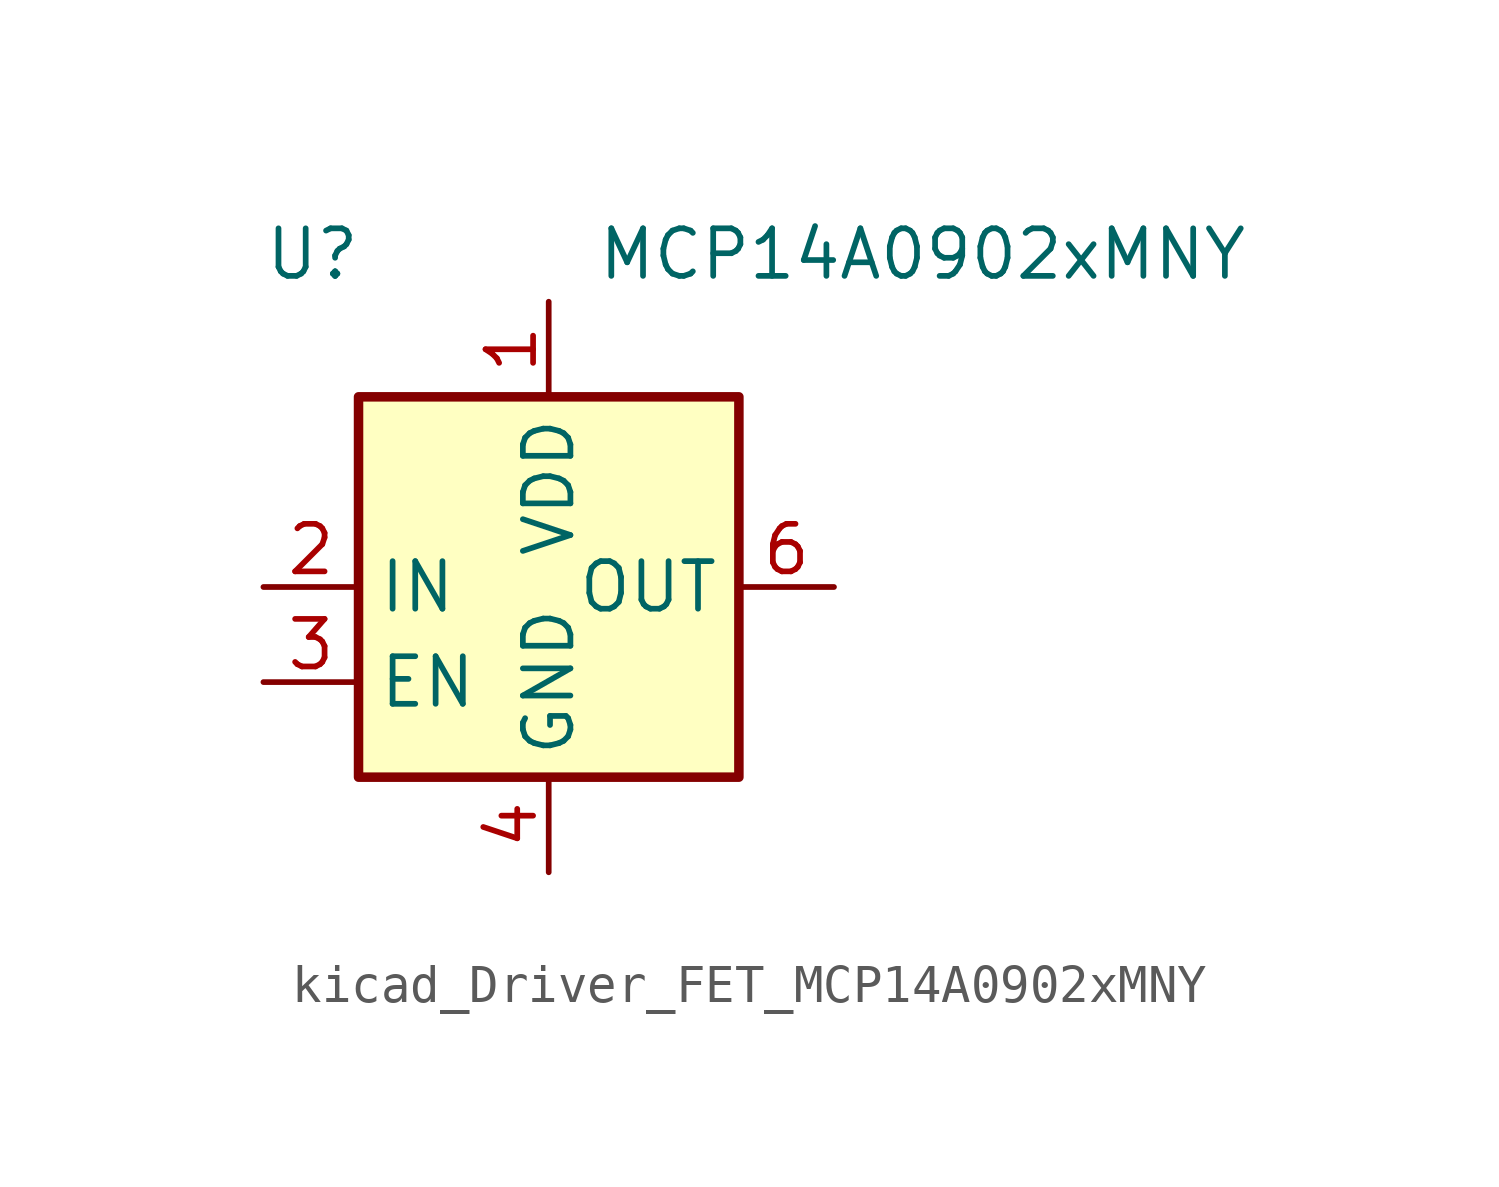
<source format=kicad_sym>
(kicad_symbol_lib
  (version 20220914)
  (generator kicad_symbol_editor)
  (symbol "kicad_Driver_FET_MCP14A0902xMNY"
    (property "Reference" "U"
      (at -7.62 8.89 0)
      (effects (font (size 1.27 1.27)) (justify left)))
    (property "Value" "MCP14A0902xMNY"
      (at 1.27 8.89 0)
      (effects (font (size 1.27 1.27)) (justify left)))
    (symbol "kicad_Driver_FET_MCP14A0902xMNY_1_1"
      (rectangle (start -5.08 -5.08) (end 5.08 5.08) (stroke (width 0.254) (type default)) (fill (type background)))
      (pin power_in line (at 0 7.62 270) (length 2.54) (name "VDD" (effects (font (size 1.27 1.27)))) (number "1" (effects (font (size 1.27 1.27)))))
      (pin input line (at -7.62 0 0) (length 2.54) (name "IN" (effects (font (size 1.27 1.27)))) (number "2" (effects (font (size 1.27 1.27)))))
      (pin input line (at -7.62 -2.54 0) (length 2.54) (name "EN" (effects (font (size 1.27 1.27)))) (number "3" (effects (font (size 1.27 1.27)))))
      (pin power_in line (at 0 -7.62 90) (length 2.54) (name "GND" (effects (font (size 1.27 1.27)))) (number "4" (effects (font (size 1.27 1.27)))))
      (pin passive line (at 0 -7.62 90) (length 2.54) hide (name "GND" (effects (font (size 1.27 1.27)))) (number "5" (effects (font (size 1.27 1.27)))))
      (pin output line (at 7.62 0 180) (length 2.54) (name "OUT" (effects (font (size 1.27 1.27)))) (number "6" (effects (font (size 1.27 1.27)))))
      (pin passive line (at 7.62 0 180) (length 2.54) hide (name "OUT" (effects (font (size 1.27 1.27)))) (number "7" (effects (font (size 1.27 1.27)))))
      (pin passive line (at 0 7.62 270) (length 2.54) hide (name "VDD" (effects (font (size 1.27 1.27)))) (number "8" (effects (font (size 1.27 1.27)))))
      (pin passive line (at 0 -7.62 90) (length 2.54) hide (name "GND" (effects (font (size 1.27 1.27)))) (number "9" (effects (font (size 1.27 1.27))))))))
</source>
